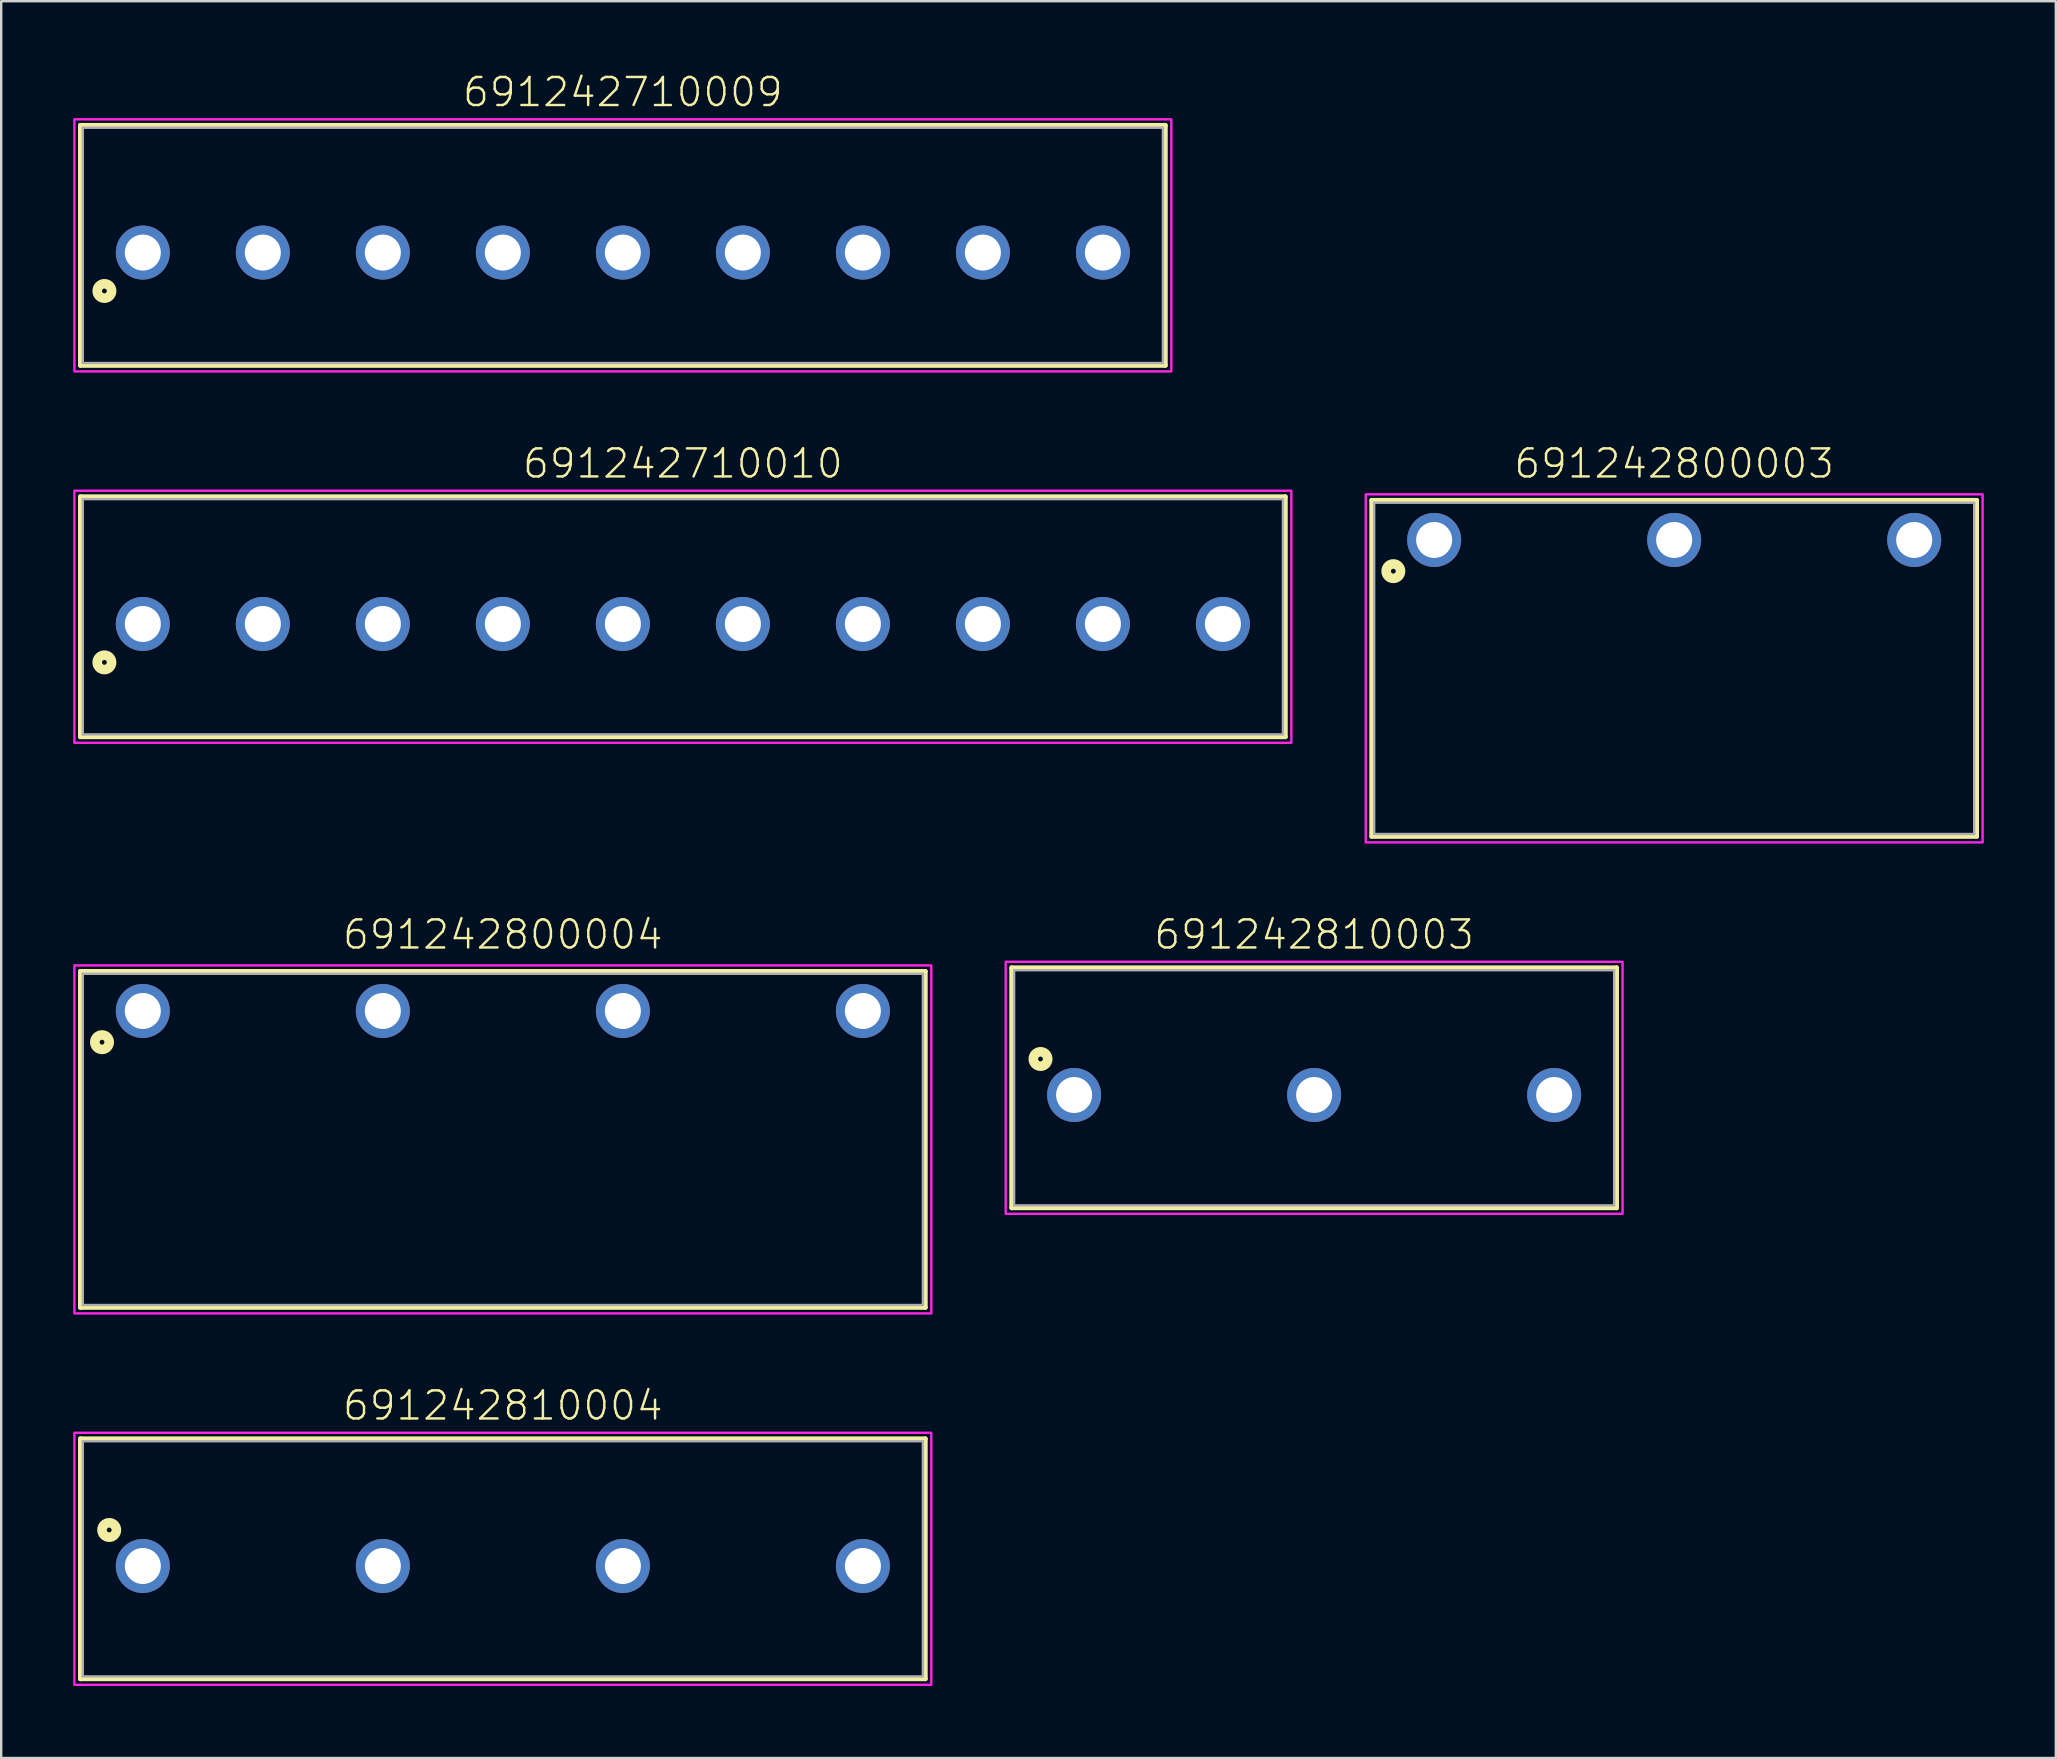
<source format=kicad_pcb>
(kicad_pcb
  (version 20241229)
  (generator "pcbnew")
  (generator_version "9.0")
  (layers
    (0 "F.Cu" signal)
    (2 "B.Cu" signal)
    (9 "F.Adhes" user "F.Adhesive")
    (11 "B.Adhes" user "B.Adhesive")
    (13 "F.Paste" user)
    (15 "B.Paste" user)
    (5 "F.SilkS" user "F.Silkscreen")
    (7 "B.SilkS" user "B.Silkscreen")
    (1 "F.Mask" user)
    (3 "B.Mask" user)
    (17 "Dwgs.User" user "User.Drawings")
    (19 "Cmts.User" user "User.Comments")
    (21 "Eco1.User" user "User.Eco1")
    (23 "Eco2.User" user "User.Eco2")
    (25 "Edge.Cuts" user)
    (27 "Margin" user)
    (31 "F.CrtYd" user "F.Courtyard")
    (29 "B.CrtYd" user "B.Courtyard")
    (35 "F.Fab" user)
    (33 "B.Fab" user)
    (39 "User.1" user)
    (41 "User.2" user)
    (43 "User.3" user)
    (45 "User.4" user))
  (footprint "691242800003"
    (layer "F.Cu")
    (at 66.7 19.446)
    (property "Reference" "691242800003" (at 0 -2.5 0) (unlocked yes) (layer "F.SilkS") (effects (font (size 1.168 1.168) (thickness 0.102)) (justify bottom)))
    (fp_line (start -12.6 -1.65) (end 12.6 -1.65) (stroke (width 0.2) (type solid)) (layer "F.SilkS"))
    (fp_line (start -12.6 12.35) (end -12.6 -1.65) (stroke (width 0.2) (type solid)) (layer "F.SilkS"))
    (fp_line (start 12.6 -1.65) (end 12.6 12.35) (stroke (width 0.2) (type solid)) (layer "F.SilkS"))
    (fp_line (start 12.6 12.35) (end -12.6 12.35) (stroke (width 0.2) (type solid)) (layer "F.SilkS"))
    (fp_circle (center -11.7 1.3) (end -11.6 1.3) (stroke (width 0.4) (type solid)) (fill no) (layer "F.SilkS"))
    (fp_poly (pts (xy 12.85 12.6) (xy -12.85 12.6) (xy -12.85 -1.9) (xy 12.85 -1.9)) (stroke (width 0.1) (type default)) (fill no) (layer "F.CrtYd"))
    (fp_line (start -12.5 -1.55) (end 12.5 -1.55) (stroke (width 0.1) (type solid)) (layer "F.Fab"))
    (fp_line (start -12.5 12.25) (end -12.5 -1.55) (stroke (width 0.1) (type solid)) (layer "F.Fab"))
    (fp_line (start 12.5 -1.55) (end 12.5 12.25) (stroke (width 0.1) (type solid)) (layer "F.Fab"))
    (fp_line (start 12.5 12.25) (end -12.5 12.25) (stroke (width 0.1) (type solid)) (layer "F.Fab"))
    (pad "1" thru_hole circle (at -10 0) (size 2.25 2.25) (drill 1.5) (layers "*.Cu" "*.Mask"))
    (pad "2" thru_hole circle (at 0 0) (size 2.25 2.25) (drill 1.5) (layers "*.Cu" "*.Mask"))
    (pad "3" thru_hole circle (at 10 0) (size 2.25 2.25) (drill 1.5) (layers "*.Cu" "*.Mask")))
  (footprint "691242710010"
    (layer "F.Cu")
    (at 25.4 22.946)
    (property "Reference" "691242710010" (at 0 -6 0) (unlocked yes) (layer "F.SilkS") (effects (font (size 1.168 1.168) (thickness 0.102)) (justify bottom)))
    (fp_line (start -25.1 -5.3) (end 25.1 -5.3) (stroke (width 0.2) (type solid)) (layer "F.SilkS"))
    (fp_line (start -25.1 4.7) (end -25.1 -5.3) (stroke (width 0.2) (type solid)) (layer "F.SilkS"))
    (fp_line (start 25.1 -5.3) (end 25.1 4.7) (stroke (width 0.2) (type solid)) (layer "F.SilkS"))
    (fp_line (start 25.1 4.7) (end -25.1 4.7) (stroke (width 0.2) (type solid)) (layer "F.SilkS"))
    (fp_circle (center -24.1 1.6) (end -24 1.6) (stroke (width 0.4) (type solid)) (fill no) (layer "F.SilkS"))
    (fp_poly (pts (xy 25.35 4.95) (xy -25.35 4.95) (xy -25.35 -5.55) (xy 25.35 -5.55)) (stroke (width 0.1) (type default)) (fill no) (layer "F.CrtYd"))
    (fp_line (start -25 -5.2) (end -25 4.6) (stroke (width 0.1) (type solid)) (layer "F.Fab"))
    (fp_line (start -25 -5.2) (end 25 -5.2) (stroke (width 0.1) (type solid)) (layer "F.Fab"))
    (fp_line (start -25 4.6) (end 25 4.6) (stroke (width 0.1) (type solid)) (layer "F.Fab"))
    (fp_line (start 25 -5.2) (end 25 4.6) (stroke (width 0.1) (type solid)) (layer "F.Fab"))
    (pad "1" thru_hole circle (at -22.5 0) (size 2.25 2.25) (drill 1.5) (layers "*.Cu" "*.Mask"))
    (pad "2" thru_hole circle (at -17.5 0) (size 2.25 2.25) (drill 1.5) (layers "*.Cu" "*.Mask"))
    (pad "3" thru_hole circle (at -12.5 0) (size 2.25 2.25) (drill 1.5) (layers "*.Cu" "*.Mask"))
    (pad "4" thru_hole circle (at -7.5 0) (size 2.25 2.25) (drill 1.5) (layers "*.Cu" "*.Mask"))
    (pad "5" thru_hole circle (at -2.5 0) (size 2.25 2.25) (drill 1.5) (layers "*.Cu" "*.Mask"))
    (pad "6" thru_hole circle (at 2.5 0) (size 2.25 2.25) (drill 1.5) (layers "*.Cu" "*.Mask"))
    (pad "7" thru_hole circle (at 7.5 0) (size 2.25 2.25) (drill 1.5) (layers "*.Cu" "*.Mask"))
    (pad "8" thru_hole circle (at 12.5 0) (size 2.25 2.25) (drill 1.5) (layers "*.Cu" "*.Mask"))
    (pad "9" thru_hole circle (at 17.5 0) (size 2.25 2.25) (drill 1.5) (layers "*.Cu" "*.Mask"))
    (pad "10" thru_hole circle (at 22.5 0) (size 2.25 2.25) (drill 1.5) (layers "*.Cu" "*.Mask")))
  (footprint "691242810004"
    (layer "F.Cu")
    (at 17.9 62.193)
    (property "Reference" "691242810004" (at 0 -6 0) (unlocked yes) (layer "F.SilkS") (effects (font (size 1.168 1.168) (thickness 0.102)) (justify bottom)))
    (fp_line (start -17.6 -5.3) (end 17.6 -5.3) (stroke (width 0.2) (type solid)) (layer "F.SilkS"))
    (fp_line (start -17.6 4.7) (end -17.6 -5.3) (stroke (width 0.2) (type solid)) (layer "F.SilkS"))
    (fp_line (start 17.6 -5.3) (end 17.6 4.7) (stroke (width 0.2) (type solid)) (layer "F.SilkS"))
    (fp_line (start 17.6 4.7) (end -17.6 4.7) (stroke (width 0.2) (type solid)) (layer "F.SilkS"))
    (fp_circle (center -16.4 -1.5) (end -16.3 -1.5) (stroke (width 0.4) (type solid)) (fill no) (layer "F.SilkS"))
    (fp_poly (pts (xy 17.85 4.95) (xy -17.85 4.95) (xy -17.85 -5.55) (xy 17.85 -5.55)) (stroke (width 0.1) (type default)) (fill no) (layer "F.CrtYd"))
    (fp_line (start -17.5 -5.2) (end -17.5 4.6) (stroke (width 0.1) (type solid)) (layer "F.Fab"))
    (fp_line (start -17.5 -5.2) (end 17.5 -5.2) (stroke (width 0.1) (type solid)) (layer "F.Fab"))
    (fp_line (start 17.5 -5.2) (end 17.5 4.6) (stroke (width 0.1) (type solid)) (layer "F.Fab"))
    (fp_line (start 17.5 4.6) (end -17.5 4.6) (stroke (width 0.1) (type solid)) (layer "F.Fab"))
    (pad "1" thru_hole circle (at -15 0) (size 2.25 2.25) (drill 1.5) (layers "*.Cu" "*.Mask"))
    (pad "2" thru_hole circle (at -5 0) (size 2.25 2.25) (drill 1.5) (layers "*.Cu" "*.Mask"))
    (pad "3" thru_hole circle (at 5 0) (size 2.25 2.25) (drill 1.5) (layers "*.Cu" "*.Mask"))
    (pad "4" thru_hole circle (at 15 0) (size 2.25 2.25) (drill 1.5) (layers "*.Cu" "*.Mask")))
  (footprint "691242800004"
    (layer "F.Cu")
    (at 17.9 39.07)
    (property "Reference" "691242800004" (at 0 -2.5 0) (unlocked yes) (layer "F.SilkS") (effects (font (size 1.168 1.168) (thickness 0.102)) (justify bottom)))
    (fp_line (start -17.6 -1.65) (end 17.6 -1.65) (stroke (width 0.2) (type solid)) (layer "F.SilkS"))
    (fp_line (start -17.6 12.35) (end -17.6 -1.65) (stroke (width 0.2) (type solid)) (layer "F.SilkS"))
    (fp_line (start 17.6 -1.65) (end 17.6 12.35) (stroke (width 0.2) (type solid)) (layer "F.SilkS"))
    (fp_line (start 17.6 12.35) (end -17.6 12.35) (stroke (width 0.2) (type solid)) (layer "F.SilkS"))
    (fp_circle (center -16.7 1.3) (end -16.6 1.3) (stroke (width 0.4) (type solid)) (fill no) (layer "F.SilkS"))
    (fp_poly (pts (xy 17.85 12.6) (xy -17.85 12.6) (xy -17.85 -1.9) (xy 17.85 -1.9)) (stroke (width 0.1) (type default)) (fill no) (layer "F.CrtYd"))
    (fp_line (start -17.5 -1.55) (end 17.5 -1.55) (stroke (width 0.1) (type solid)) (layer "F.Fab"))
    (fp_line (start -17.5 12.25) (end -17.5 -1.55) (stroke (width 0.1) (type solid)) (layer "F.Fab"))
    (fp_line (start 17.5 -1.55) (end 17.5 12.25) (stroke (width 0.1) (type solid)) (layer "F.Fab"))
    (fp_line (start 17.5 12.25) (end -17.5 12.25) (stroke (width 0.1) (type solid)) (layer "F.Fab"))
    (pad "1" thru_hole circle (at -15 0) (size 2.25 2.25) (drill 1.5) (layers "*.Cu" "*.Mask"))
    (pad "2" thru_hole circle (at -5 0) (size 2.25 2.25) (drill 1.5) (layers "*.Cu" "*.Mask"))
    (pad "3" thru_hole circle (at 5 0) (size 2.25 2.25) (drill 1.5) (layers "*.Cu" "*.Mask"))
    (pad "4" thru_hole circle (at 15 0) (size 2.25 2.25) (drill 1.5) (layers "*.Cu" "*.Mask")))
  (footprint "691242810003"
    (layer "F.Cu")
    (at 51.7 42.57)
    (property "Reference" "691242810003" (at 0 -6 0) (unlocked yes) (layer "F.SilkS") (effects (font (size 1.168 1.168) (thickness 0.102)) (justify bottom)))
    (fp_line (start -12.6 -5.3) (end 12.6 -5.3) (stroke (width 0.2) (type solid)) (layer "F.SilkS"))
    (fp_line (start -12.6 4.7) (end -12.6 -5.3) (stroke (width 0.2) (type solid)) (layer "F.SilkS"))
    (fp_line (start 12.6 -5.3) (end 12.6 4.7) (stroke (width 0.2) (type solid)) (layer "F.SilkS"))
    (fp_line (start 12.6 4.7) (end -12.6 4.7) (stroke (width 0.2) (type solid)) (layer "F.SilkS"))
    (fp_circle (center -11.4 -1.5) (end -11.3 -1.5) (stroke (width 0.4) (type solid)) (fill no) (layer "F.SilkS"))
    (fp_poly (pts (xy 12.85 4.95) (xy -12.85 4.95) (xy -12.85 -5.55) (xy 12.85 -5.55)) (stroke (width 0.1) (type default)) (fill no) (layer "F.CrtYd"))
    (fp_line (start -12.5 -5.2) (end -12.5 4.6) (stroke (width 0.1) (type solid)) (layer "F.Fab"))
    (fp_line (start -12.5 -5.2) (end 12.5 -5.2) (stroke (width 0.1) (type solid)) (layer "F.Fab"))
    (fp_line (start 12.5 -5.2) (end 12.5 4.6) (stroke (width 0.1) (type solid)) (layer "F.Fab"))
    (fp_line (start 12.5 4.6) (end -12.5 4.6) (stroke (width 0.1) (type solid)) (layer "F.Fab"))
    (pad "1" thru_hole circle (at -10 0) (size 2.25 2.25) (drill 1.5) (layers "*.Cu" "*.Mask"))
    (pad "2" thru_hole circle (at 0 0) (size 2.25 2.25) (drill 1.5) (layers "*.Cu" "*.Mask"))
    (pad "3" thru_hole circle (at 10 0) (size 2.25 2.25) (drill 1.5) (layers "*.Cu" "*.Mask")))
  (footprint "691242710009"
    (layer "F.Cu")
    (at 22.9 7.473)
    (property "Reference" "691242710009" (at 0 -6 0) (unlocked yes) (layer "F.SilkS") (effects (font (size 1.168 1.168) (thickness 0.102)) (justify bottom)))
    (fp_line (start -22.6 -5.3) (end 22.6 -5.3) (stroke (width 0.2) (type solid)) (layer "F.SilkS"))
    (fp_line (start -22.6 4.7) (end -22.6 -5.3) (stroke (width 0.2) (type solid)) (layer "F.SilkS"))
    (fp_line (start 22.6 -5.3) (end 22.6 4.7) (stroke (width 0.2) (type solid)) (layer "F.SilkS"))
    (fp_line (start 22.6 4.7) (end -22.6 4.7) (stroke (width 0.2) (type solid)) (layer "F.SilkS"))
    (fp_circle (center -21.6 1.6) (end -21.5 1.6) (stroke (width 0.4) (type solid)) (fill no) (layer "F.SilkS"))
    (fp_poly (pts (xy 22.85 4.95) (xy -22.85 4.95) (xy -22.85 -5.55) (xy 22.85 -5.55)) (stroke (width 0.1) (type default)) (fill no) (layer "F.CrtYd"))
    (fp_line (start -22.5 -5.2) (end -22.5 4.6) (stroke (width 0.1) (type solid)) (layer "F.Fab"))
    (fp_line (start -22.5 -5.2) (end 22.5 -5.2) (stroke (width 0.1) (type solid)) (layer "F.Fab"))
    (fp_line (start -22.5 4.6) (end 22.5 4.6) (stroke (width 0.1) (type solid)) (layer "F.Fab"))
    (fp_line (start 22.5 -5.2) (end 22.5 4.6) (stroke (width 0.1) (type solid)) (layer "F.Fab"))
    (pad "1" thru_hole circle (at -20 0) (size 2.25 2.25) (drill 1.5) (layers "*.Cu" "*.Mask"))
    (pad "2" thru_hole circle (at -15 0) (size 2.25 2.25) (drill 1.5) (layers "*.Cu" "*.Mask"))
    (pad "3" thru_hole circle (at -10 0) (size 2.25 2.25) (drill 1.5) (layers "*.Cu" "*.Mask"))
    (pad "4" thru_hole circle (at -5 0) (size 2.25 2.25) (drill 1.5) (layers "*.Cu" "*.Mask"))
    (pad "5" thru_hole circle (at 0 0) (size 2.25 2.25) (drill 1.5) (layers "*.Cu" "*.Mask"))
    (pad "6" thru_hole circle (at 5 0) (size 2.25 2.25) (drill 1.5) (layers "*.Cu" "*.Mask"))
    (pad "7" thru_hole circle (at 10 0) (size 2.25 2.25) (drill 1.5) (layers "*.Cu" "*.Mask"))
    (pad "8" thru_hole circle (at 15 0) (size 2.25 2.25) (drill 1.5) (layers "*.Cu" "*.Mask"))
    (pad "9" thru_hole circle (at 20 0) (size 2.25 2.25) (drill 1.5) (layers "*.Cu" "*.Mask")))
  (gr_rect
    (start -3 -3)
    (end 82.6 70.193)
    (stroke (width 0.1) (type default))
    (fill no)
    (layer "Edge.Cuts")))
</source>
